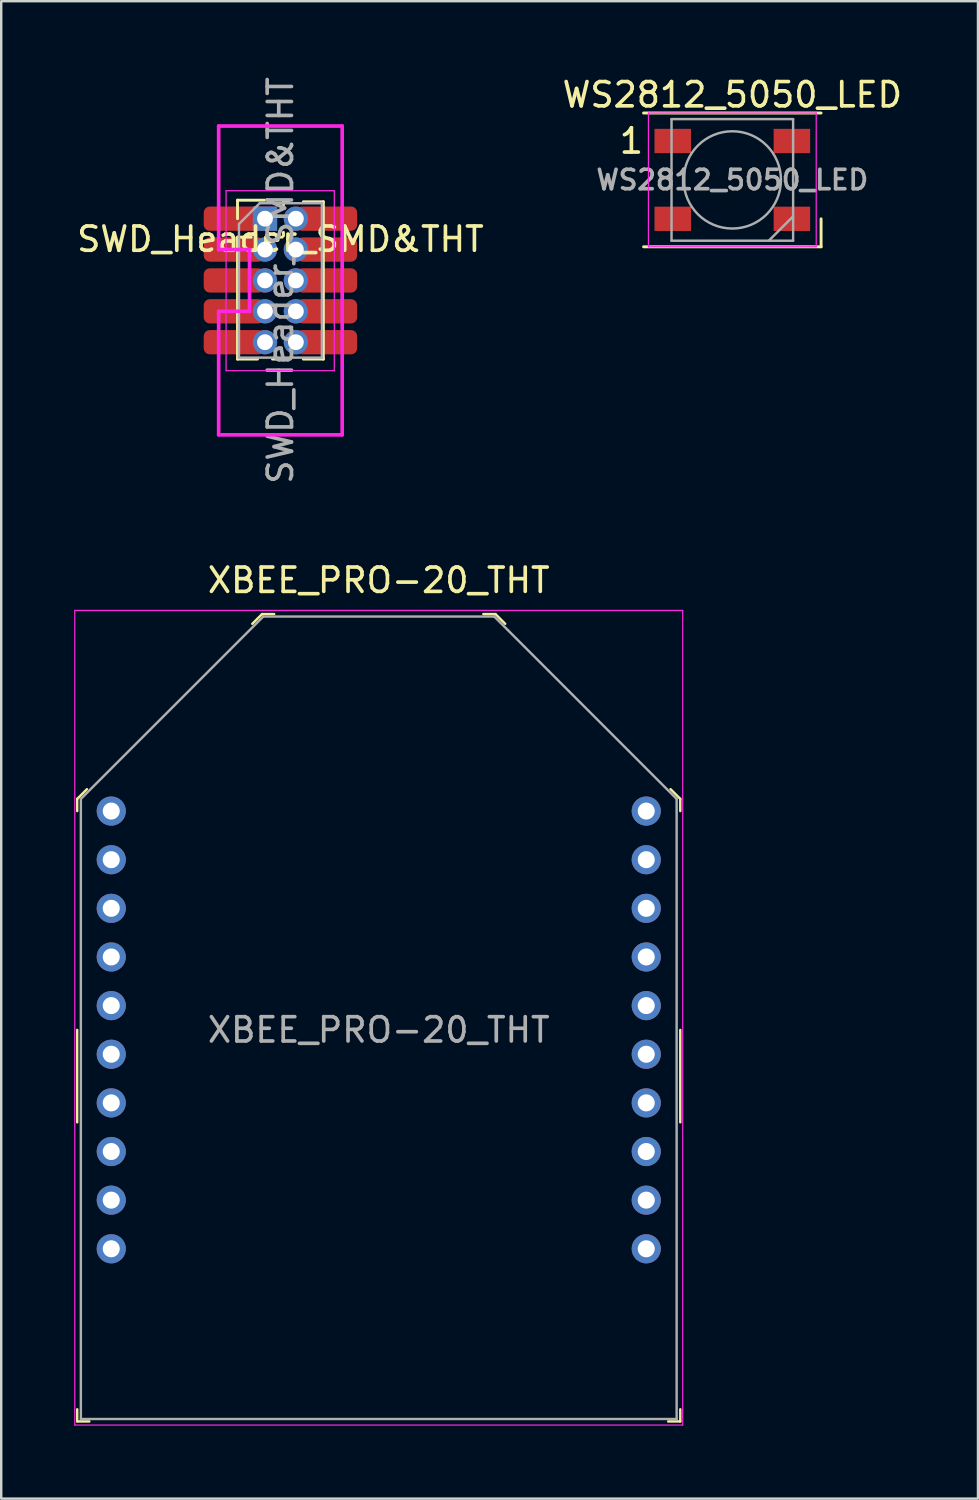
<source format=kicad_pcb>
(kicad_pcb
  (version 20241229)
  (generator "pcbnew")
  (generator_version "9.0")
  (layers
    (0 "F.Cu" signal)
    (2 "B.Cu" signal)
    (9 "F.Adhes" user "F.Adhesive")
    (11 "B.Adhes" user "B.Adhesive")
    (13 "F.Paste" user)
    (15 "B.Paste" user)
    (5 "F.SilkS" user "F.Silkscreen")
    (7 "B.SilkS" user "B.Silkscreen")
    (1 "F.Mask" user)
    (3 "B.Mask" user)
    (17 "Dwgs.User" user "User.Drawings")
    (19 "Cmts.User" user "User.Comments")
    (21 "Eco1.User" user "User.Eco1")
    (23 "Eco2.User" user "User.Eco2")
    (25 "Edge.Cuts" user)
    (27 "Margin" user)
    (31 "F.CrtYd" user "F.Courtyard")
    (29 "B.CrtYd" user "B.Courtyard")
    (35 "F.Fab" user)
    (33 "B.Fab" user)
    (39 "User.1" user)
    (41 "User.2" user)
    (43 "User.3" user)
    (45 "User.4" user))
  (footprint "SWD_Header_SMD&THT"
    (layer "F.Cu")
    (at 8.482 8.482)
    (property "Reference" "SWD_Header_SMD&THT" (at 0 -1.695 0) (layer "F.SilkS") (effects (font (size 1 1) (thickness 0.15))))
    (attr through_hole)
    (fp_line (start -1.765 -3.3) (end -0.635 -3.3) (stroke (width 0.12) (type solid)) (layer "F.SilkS"))
    (fp_line (start -1.765 -2.54) (end -1.765 -3.3) (stroke (width 0.12) (type solid)) (layer "F.SilkS"))
    (fp_line (start -1.765 -1.78) (end -1.765 3.235) (stroke (width 0.12) (type solid)) (layer "F.SilkS"))
    (fp_line (start -1.765 -1.78) (end -1.198 -1.78) (stroke (width 0.12) (type solid)) (layer "F.SilkS"))
    (fp_line (start -1.765 3.235) (end -0.943 3.235) (stroke (width 0.12) (type solid)) (layer "F.SilkS"))
    (fp_line (start -0.327 3.235) (end 0.327 3.235) (stroke (width 0.12) (type solid)) (layer "F.SilkS"))
    (fp_line (start -0.072 -1.78) (end 0.072 -1.78) (stroke (width 0.12) (type solid)) (layer "F.SilkS"))
    (fp_line (start 0.125 -3.235) (end 0.327 -3.235) (stroke (width 0.12) (type solid)) (layer "F.SilkS"))
    (fp_line (start 0.125 -3.103) (end 0.125 -3.235) (stroke (width 0.12) (type solid)) (layer "F.SilkS"))
    (fp_line (start 0.125 -1.833) (end 0.125 -1.977) (stroke (width 0.12) (type solid)) (layer "F.SilkS"))
    (fp_line (start 0.943 -3.235) (end 1.765 -3.235) (stroke (width 0.12) (type solid)) (layer "F.SilkS"))
    (fp_line (start 0.943 3.235) (end 1.765 3.235) (stroke (width 0.12) (type solid)) (layer "F.SilkS"))
    (fp_line (start 1.765 -3.235) (end 1.765 3.235) (stroke (width 0.12) (type solid)) (layer "F.SilkS"))
    (fp_line (start -2.54 -6.35) (end -2.54 -1.27) (stroke (width 0.15) (type solid)) (layer "F.CrtYd"))
    (fp_line (start -2.54 -1.27) (end -1.27 -1.27) (stroke (width 0.15) (type solid)) (layer "F.CrtYd"))
    (fp_line (start -2.54 1.27) (end -2.54 6.35) (stroke (width 0.15) (type solid)) (layer "F.CrtYd"))
    (fp_line (start -2.54 6.35) (end 2.54 6.35) (stroke (width 0.15) (type solid)) (layer "F.CrtYd"))
    (fp_line (start -2.235 -3.69) (end -2.235 3.71) (stroke (width 0.05) (type solid)) (layer "F.CrtYd"))
    (fp_line (start -2.235 3.71) (end 2.215 3.71) (stroke (width 0.05) (type solid)) (layer "F.CrtYd"))
    (fp_line (start -1.27 -1.27) (end -1.27 1.27) (stroke (width 0.15) (type solid)) (layer "F.CrtYd"))
    (fp_line (start -1.27 1.27) (end -2.54 1.27) (stroke (width 0.15) (type solid)) (layer "F.CrtYd"))
    (fp_line (start 2.215 -3.69) (end -2.235 -3.69) (stroke (width 0.05) (type solid)) (layer "F.CrtYd"))
    (fp_line (start 2.215 3.71) (end 2.215 -3.69) (stroke (width 0.05) (type solid)) (layer "F.CrtYd"))
    (fp_line (start 2.54 -6.35) (end -2.54 -6.35) (stroke (width 0.15) (type solid)) (layer "F.CrtYd"))
    (fp_line (start 2.54 6.35) (end 2.54 -6.35) (stroke (width 0.15) (type solid)) (layer "F.CrtYd"))
    (fp_line (start -1.705 -2.322) (end -0.853 -3.175) (stroke (width 0.1) (type solid)) (layer "F.Fab"))
    (fp_line (start -1.705 3.175) (end -1.705 -2.322) (stroke (width 0.1) (type solid)) (layer "F.Fab"))
    (fp_line (start -0.853 -3.175) (end 1.705 -3.175) (stroke (width 0.1) (type solid)) (layer "F.Fab"))
    (fp_line (start 1.705 -3.175) (end 1.705 3.175) (stroke (width 0.1) (type solid)) (layer "F.Fab"))
    (fp_line (start 1.705 3.175) (end -1.705 3.175) (stroke (width 0.1) (type solid)) (layer "F.Fab"))
    (fp_text user "${REFERENCE}" (at 0 0 90) (layer "F.Fab") (effects (font (size 1 1) (thickness 0.15))))
    (pad "1" smd roundrect (at -1.905 -2.54) (size 2.5 1) (layers "F.Cu" "F.Mask" "F.Paste") (roundrect_rratio 0.25))
    (pad "1" thru_hole rect (at -0.635 -2.54) (size 1 1) (drill 0.65) (layers "*.Cu" "*.Mask"))
    (pad "2" thru_hole oval (at 0.635 -2.54) (size 1 1) (drill 0.65) (layers "*.Cu" "*.Mask"))
    (pad "2" smd roundrect (at 1.905 -2.54) (size 2.5 1) (layers "F.Cu" "F.Mask" "F.Paste") (roundrect_rratio 0.25))
    (pad "3" smd roundrect (at -1.905 -1.27) (size 2.5 1) (layers "F.Cu" "F.Mask" "F.Paste") (roundrect_rratio 0.25))
    (pad "3" thru_hole oval (at -0.635 -1.27) (size 1 1) (drill 0.65) (layers "*.Cu" "*.Mask"))
    (pad "4" thru_hole oval (at 0.635 -1.27) (size 1 1) (drill 0.65) (layers "*.Cu" "*.Mask"))
    (pad "4" smd roundrect (at 1.905 -1.27) (size 2.5 1) (layers "F.Cu" "F.Mask" "F.Paste") (roundrect_rratio 0.25))
    (pad "5" smd roundrect (at -1.905 0) (size 2.5 1) (layers "F.Cu" "F.Mask" "F.Paste") (roundrect_rratio 0.25))
    (pad "5" thru_hole oval (at -0.635 0) (size 1 1) (drill 0.65) (layers "*.Cu" "*.Mask"))
    (pad "6" thru_hole oval (at 0.635 0) (size 1 1) (drill 0.65) (layers "*.Cu" "*.Mask"))
    (pad "6" smd roundrect (at 1.905 0) (size 2.5 1) (layers "F.Cu" "F.Mask" "F.Paste") (roundrect_rratio 0.25))
    (pad "7" smd roundrect (at -1.905 1.27) (size 2.5 1) (layers "F.Cu" "F.Mask" "F.Paste") (roundrect_rratio 0.25))
    (pad "7" thru_hole oval (at -0.635 1.27) (size 1 1) (drill 0.65) (layers "*.Cu" "*.Mask"))
    (pad "8" thru_hole oval (at 0.635 1.27) (size 1 1) (drill 0.65) (layers "*.Cu" "*.Mask"))
    (pad "8" smd roundrect (at 1.905 1.27) (size 2.5 1) (layers "F.Cu" "F.Mask" "F.Paste") (roundrect_rratio 0.25))
    (pad "9" smd roundrect (at -1.905 2.54) (size 2.5 1) (layers "F.Cu" "F.Mask" "F.Paste") (roundrect_rratio 0.25))
    (pad "9" thru_hole oval (at -0.635 2.54) (size 1 1) (drill 0.65) (layers "*.Cu" "*.Mask"))
    (pad "10" thru_hole oval (at 0.635 2.54) (size 1 1) (drill 0.65) (layers "*.Cu" "*.Mask"))
    (pad "10" smd roundrect (at 1.905 2.54) (size 2.5 1) (layers "F.Cu" "F.Mask" "F.Paste") (roundrect_rratio 0.25)))
  (footprint "WS2812_5050_LED"
    (layer "F.Cu")
    (at 27.065 4.348)
    (property "Reference" "WS2812_5050_LED" (at 0 -3.5 0) (layer "F.SilkS") (effects (font (size 1 1) (thickness 0.15))))
    (attr smd)
    (fp_line (start -3.65 -2.75) (end 3.65 -2.75) (stroke (width 0.12) (type solid)) (layer "F.SilkS"))
    (fp_line (start -3.65 2.75) (end 3.65 2.75) (stroke (width 0.12) (type solid)) (layer "F.SilkS"))
    (fp_line (start 3.65 2.75) (end 3.65 1.6) (stroke (width 0.12) (type solid)) (layer "F.SilkS"))
    (fp_line (start -3.45 -2.75) (end -3.45 2.75) (stroke (width 0.05) (type solid)) (layer "F.CrtYd"))
    (fp_line (start -3.45 2.75) (end 3.45 2.75) (stroke (width 0.05) (type solid)) (layer "F.CrtYd"))
    (fp_line (start 3.45 -2.75) (end -3.45 -2.75) (stroke (width 0.05) (type solid)) (layer "F.CrtYd"))
    (fp_line (start 3.45 2.75) (end 3.45 -2.75) (stroke (width 0.05) (type solid)) (layer "F.CrtYd"))
    (fp_line (start -2.5 -2.5) (end -2.5 2.5) (stroke (width 0.1) (type solid)) (layer "F.Fab"))
    (fp_line (start -2.5 2.5) (end 2.5 2.5) (stroke (width 0.1) (type solid)) (layer "F.Fab"))
    (fp_line (start 2.5 -2.5) (end -2.5 -2.5) (stroke (width 0.1) (type solid)) (layer "F.Fab"))
    (fp_line (start 2.5 1.5) (end 1.5 2.5) (stroke (width 0.1) (type solid)) (layer "F.Fab"))
    (fp_line (start 2.5 2.5) (end 2.5 -2.5) (stroke (width 0.1) (type solid)) (layer "F.Fab"))
    (fp_circle (center 0 0) (end 0 -2) (stroke (width 0.1) (type solid)) (fill no) (layer "F.Fab"))
    (fp_text user "1" (at -4.15 -1.6 0) (layer "F.SilkS") (effects (font (size 1 1) (thickness 0.15))))
    (fp_text user "${REFERENCE}" (at 0 0 0) (layer "F.Fab") (effects (font (size 0.8 0.8) (thickness 0.15))))
    (pad "1" smd rect (at -2.45 -1.6) (size 1.5 1) (layers "F.Cu" "F.Mask" "F.Paste"))
    (pad "2" smd rect (at -2.45 1.6) (size 1.5 1) (layers "F.Cu" "F.Mask" "F.Paste"))
    (pad "3" smd rect (at 2.45 1.6) (size 1.5 1) (layers "F.Cu" "F.Mask" "F.Paste"))
    (pad "4" smd rect (at 2.45 -1.6) (size 1.5 1) (layers "F.Cu" "F.Mask" "F.Paste")))
  (footprint "XBEE_PRO-20_THT"
    (layer "F.Cu")
    (at 12.525 39.303)
    (property "Reference" "XBEE_PRO-20_THT" (at 0 -18.49 0) (layer "F.SilkS") (effects (font (size 1 1) (thickness 0.15))))
    (attr through_hole)
    (fp_line (start -12.4 -9.5) (end -12.4 -9) (stroke (width 0.1) (type solid)) (layer "F.SilkS"))
    (fp_line (start -12.4 -9.5) (end -12 -9.9) (stroke (width 0.1) (type solid)) (layer "F.SilkS"))
    (fp_line (start -12.4 0) (end -12.4 3.8) (stroke (width 0.1) (type solid)) (layer "F.SilkS"))
    (fp_line (start -12.4 16.1) (end -12.4 15.6) (stroke (width 0.1) (type solid)) (layer "F.SilkS"))
    (fp_line (start -12.4 16.1) (end -11.9 16.1) (stroke (width 0.1) (type solid)) (layer "F.SilkS"))
    (fp_line (start -4.8 -17.1) (end -5.2 -16.7) (stroke (width 0.1) (type solid)) (layer "F.SilkS"))
    (fp_line (start -4.8 -17.1) (end -4.3 -17.1) (stroke (width 0.1) (type solid)) (layer "F.SilkS"))
    (fp_line (start 4.8 -17.1) (end 4.3 -17.1) (stroke (width 0.1) (type solid)) (layer "F.SilkS"))
    (fp_line (start 4.8 -17.1) (end 5.2 -16.7) (stroke (width 0.1) (type solid)) (layer "F.SilkS"))
    (fp_line (start 12.4 -9.5) (end 12 -9.9) (stroke (width 0.1) (type solid)) (layer "F.SilkS"))
    (fp_line (start 12.4 -9.5) (end 12.4 -9) (stroke (width 0.1) (type solid)) (layer "F.SilkS"))
    (fp_line (start 12.4 0) (end 12.4 3.8) (stroke (width 0.1) (type solid)) (layer "F.SilkS"))
    (fp_line (start 12.4 16.1) (end 11.9 16.1) (stroke (width 0.1) (type solid)) (layer "F.SilkS"))
    (fp_line (start 12.4 16.1) (end 12.4 15.6) (stroke (width 0.1) (type solid)) (layer "F.SilkS"))
    (fp_line (start -12.5 -17.25) (end -12.5 16.25) (stroke (width 0.05) (type solid)) (layer "F.CrtYd"))
    (fp_line (start -12.5 -17.25) (end 12.5 -17.25) (stroke (width 0.05) (type solid)) (layer "F.CrtYd"))
    (fp_line (start -12.5 16.25) (end 12.5 16.25) (stroke (width 0.05) (type solid)) (layer "F.CrtYd"))
    (fp_line (start 12.5 -17.25) (end 12.5 16.25) (stroke (width 0.05) (type solid)) (layer "F.CrtYd"))
    (fp_line (start -12.25 -9.5) (end -12.25 16) (stroke (width 0.1) (type solid)) (layer "F.Fab"))
    (fp_line (start -12.25 -9.5) (end -4.75 -17) (stroke (width 0.1) (type solid)) (layer "F.Fab"))
    (fp_line (start -12.25 16) (end 12.25 16) (stroke (width 0.1) (type solid)) (layer "F.Fab"))
    (fp_line (start -4.75 -17) (end 4.75 -17) (stroke (width 0.1) (type solid)) (layer "F.Fab"))
    (fp_line (start 4.75 -17) (end 12.25 -9.5) (stroke (width 0.1) (type solid)) (layer "F.Fab"))
    (fp_line (start 12.25 -9.5) (end 12.25 16) (stroke (width 0.1) (type solid)) (layer "F.Fab"))
    (fp_text user "${REFERENCE}" (at 0 0 0) (layer "F.Fab") (effects (font (size 1 1) (thickness 0.15))))
    (pad "1" thru_hole circle (at -11 -9) (size 1.2 1.2) (drill 0.7) (layers "*.Cu" "*.Mask"))
    (pad "2" thru_hole circle (at -11 -7) (size 1.2 1.2) (drill 0.7) (layers "*.Cu" "*.Mask"))
    (pad "3" thru_hole circle (at -11 -5) (size 1.2 1.2) (drill 0.7) (layers "*.Cu" "*.Mask"))
    (pad "4" thru_hole circle (at -11 -3) (size 1.2 1.2) (drill 0.7) (layers "*.Cu" "*.Mask"))
    (pad "5" thru_hole circle (at -11 -1) (size 1.2 1.2) (drill 0.7) (layers "*.Cu" "*.Mask"))
    (pad "6" thru_hole circle (at -11 1) (size 1.2 1.2) (drill 0.7) (layers "*.Cu" "*.Mask"))
    (pad "7" thru_hole circle (at -11 3) (size 1.2 1.2) (drill 0.7) (layers "*.Cu" "*.Mask"))
    (pad "8" thru_hole circle (at -11 5) (size 1.2 1.2) (drill 0.7) (layers "*.Cu" "*.Mask"))
    (pad "9" thru_hole circle (at -11 7) (size 1.2 1.2) (drill 0.7) (layers "*.Cu" "*.Mask"))
    (pad "10" thru_hole circle (at -11 9) (size 1.2 1.2) (drill 0.7) (layers "*.Cu" "*.Mask"))
    (pad "11" thru_hole circle (at 11 9) (size 1.2 1.2) (drill 0.7) (layers "*.Cu" "*.Mask"))
    (pad "12" thru_hole circle (at 11 7) (size 1.2 1.2) (drill 0.7) (layers "*.Cu" "*.Mask"))
    (pad "13" thru_hole circle (at 11 5) (size 1.2 1.2) (drill 0.7) (layers "*.Cu" "*.Mask"))
    (pad "14" thru_hole circle (at 11 3) (size 1.2 1.2) (drill 0.7) (layers "*.Cu" "*.Mask"))
    (pad "15" thru_hole circle (at 11 1) (size 1.2 1.2) (drill 0.7) (layers "*.Cu" "*.Mask"))
    (pad "16" thru_hole circle (at 11 -1) (size 1.2 1.2) (drill 0.7) (layers "*.Cu" "*.Mask"))
    (pad "17" thru_hole circle (at 11 -3) (size 1.2 1.2) (drill 0.7) (layers "*.Cu" "*.Mask"))
    (pad "18" thru_hole circle (at 11 -5) (size 1.2 1.2) (drill 0.7) (layers "*.Cu" "*.Mask"))
    (pad "19" thru_hole circle (at 11 -7) (size 1.2 1.2) (drill 0.7) (layers "*.Cu" "*.Mask"))
    (pad "20" thru_hole circle (at 11 -9) (size 1.2 1.2) (drill 0.7) (layers "*.Cu" "*.Mask")))
  (gr_rect
    (start -3 -3)
    (end 37.167 58.578)
    (stroke (width 0.1) (type default))
    (fill no)
    (layer "Edge.Cuts")))
</source>
